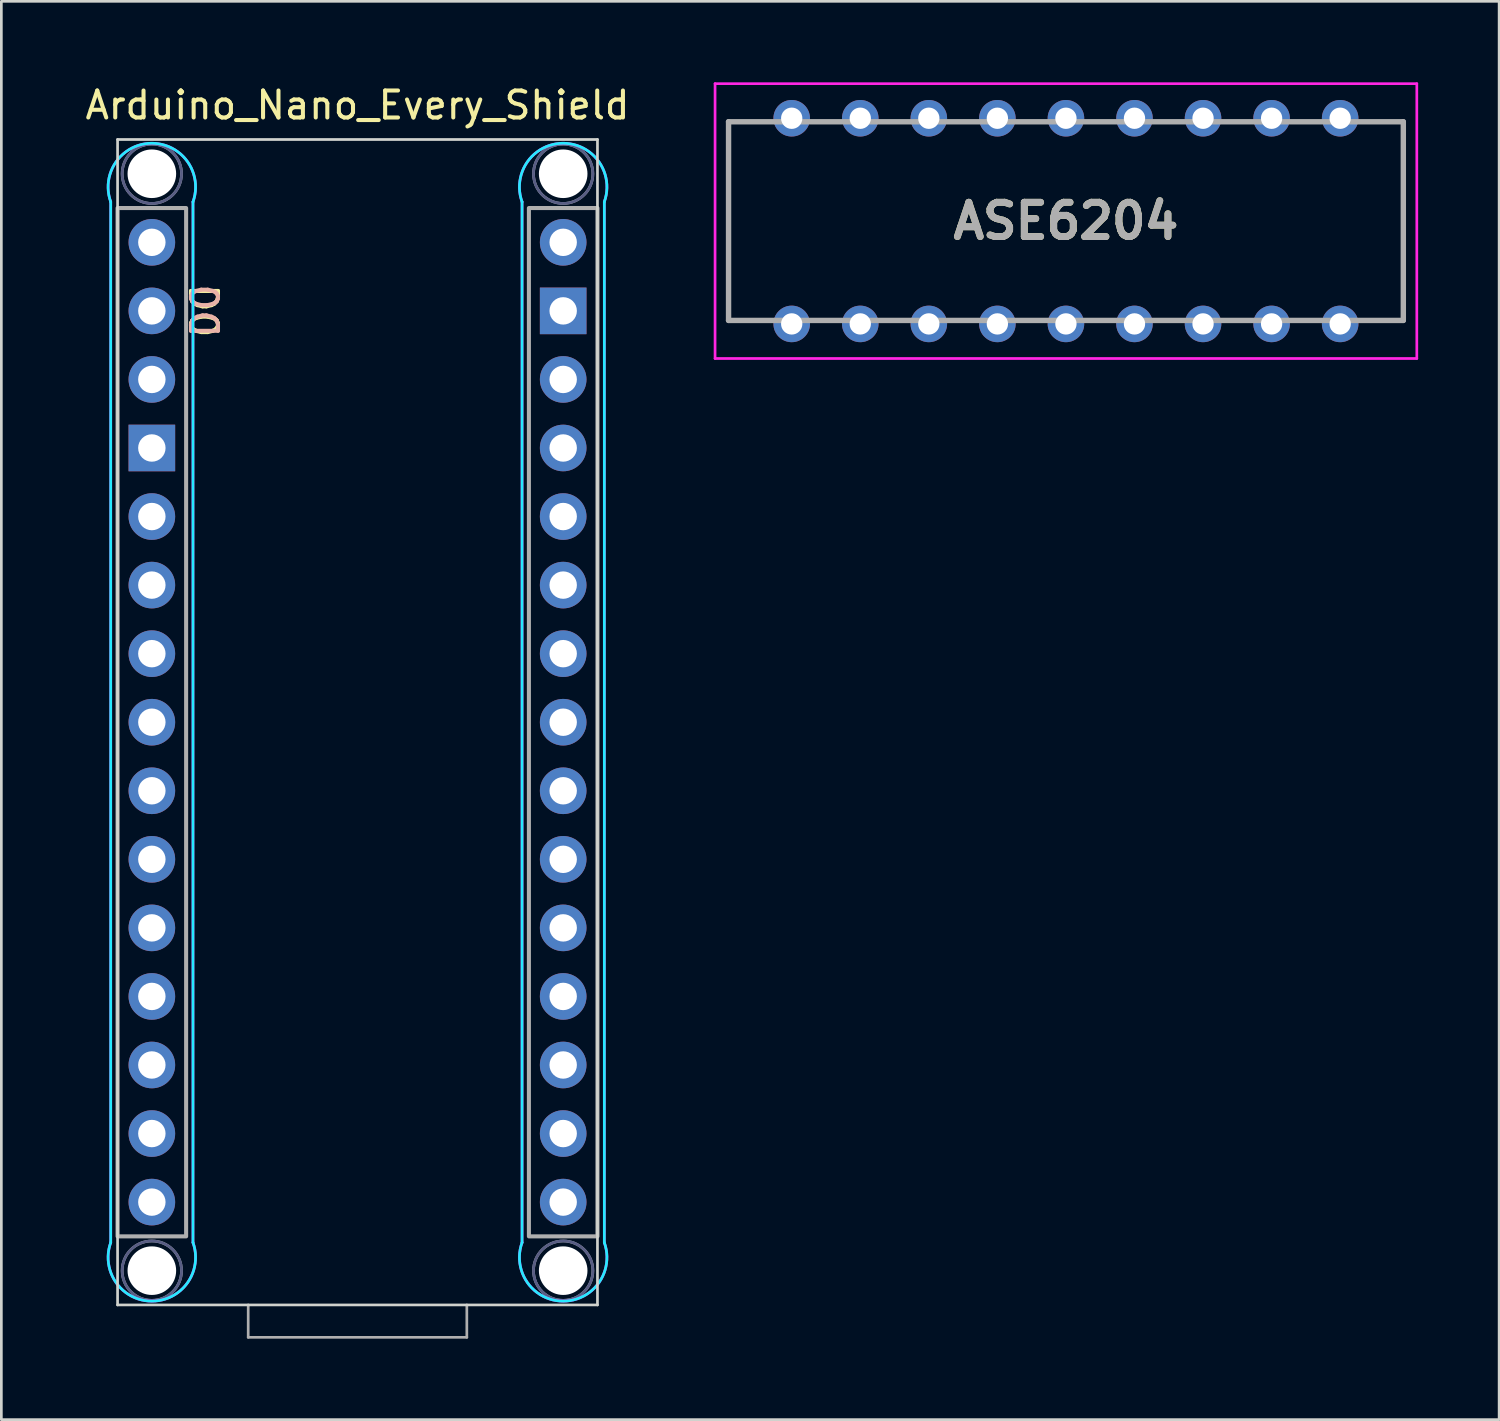
<source format=kicad_pcb>
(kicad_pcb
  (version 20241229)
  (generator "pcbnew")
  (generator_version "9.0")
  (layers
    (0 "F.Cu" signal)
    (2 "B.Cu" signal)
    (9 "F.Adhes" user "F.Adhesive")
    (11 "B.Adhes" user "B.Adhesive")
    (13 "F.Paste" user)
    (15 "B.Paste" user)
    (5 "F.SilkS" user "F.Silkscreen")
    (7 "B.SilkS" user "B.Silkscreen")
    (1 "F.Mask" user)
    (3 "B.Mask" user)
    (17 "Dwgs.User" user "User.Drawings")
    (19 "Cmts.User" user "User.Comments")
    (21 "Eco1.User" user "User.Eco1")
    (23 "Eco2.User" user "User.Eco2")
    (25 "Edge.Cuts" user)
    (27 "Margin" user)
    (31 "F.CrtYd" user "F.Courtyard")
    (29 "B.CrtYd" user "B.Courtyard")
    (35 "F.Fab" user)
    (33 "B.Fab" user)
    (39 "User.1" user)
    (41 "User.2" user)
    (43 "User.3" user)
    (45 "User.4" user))
  (footprint "ASE6204"
    (layer "F.Cu")
    (at 26.283 1.331)
    (property "Reference" "ASE6204" (at 10.16 3.81 0) (layer "F.SilkS") (effects (font (size 1.27 1.27) (thickness 0.254))))
    (attr through_hole)
    (fp_line (start -2.34 0.13) (end -2.34 7.49) (stroke (width 0.1) (type solid)) (layer "F.SilkS"))
    (fp_line (start -2.34 7.49) (end -1.34 7.49) (stroke (width 0.1) (type solid)) (layer "F.SilkS"))
    (fp_line (start -1.34 0.13) (end -2.34 0.13) (stroke (width 0.1) (type solid)) (layer "F.SilkS"))
    (fp_line (start 21.66 0.13) (end 22.66 0.13) (stroke (width 0.1) (type solid)) (layer "F.SilkS"))
    (fp_line (start 22.66 0.13) (end 22.66 7.49) (stroke (width 0.1) (type solid)) (layer "F.SilkS"))
    (fp_line (start 22.66 7.49) (end 21.66 7.49) (stroke (width 0.1) (type solid)) (layer "F.SilkS"))
    (fp_line (start -2.84 -1.281) (end 23.16 -1.281) (stroke (width 0.1) (type solid)) (layer "F.CrtYd"))
    (fp_line (start -2.84 8.901) (end -2.84 -1.281) (stroke (width 0.1) (type solid)) (layer "F.CrtYd"))
    (fp_line (start 23.16 -1.281) (end 23.16 8.901) (stroke (width 0.1) (type solid)) (layer "F.CrtYd"))
    (fp_line (start 23.16 8.901) (end -2.84 8.901) (stroke (width 0.1) (type solid)) (layer "F.CrtYd"))
    (fp_line (start -2.34 0.13) (end 22.66 0.13) (stroke (width 0.2) (type solid)) (layer "F.Fab"))
    (fp_line (start -2.34 7.49) (end -2.34 0.13) (stroke (width 0.2) (type solid)) (layer "F.Fab"))
    (fp_line (start 22.66 0.13) (end 22.66 7.49) (stroke (width 0.2) (type solid)) (layer "F.Fab"))
    (fp_line (start 22.66 7.49) (end -2.34 7.49) (stroke (width 0.2) (type solid)) (layer "F.Fab"))
    (fp_text user "${REFERENCE}" (at 10.16 3.81 0) (layer "F.Fab") (effects (font (size 1.27 1.27) (thickness 0.254))))
    (pad "1" thru_hole circle (at 0 0) (size 1.354 1.354) (drill 0.79) (layers "*.Cu" "*.Mask"))
    (pad "2" thru_hole circle (at 0 7.62) (size 1.354 1.354) (drill 0.79) (layers "*.Cu" "*.Mask"))
    (pad "3" thru_hole circle (at 2.54 0) (size 1.354 1.354) (drill 0.79) (layers "*.Cu" "*.Mask"))
    (pad "4" thru_hole circle (at 2.54 7.62) (size 1.354 1.354) (drill 0.79) (layers "*.Cu" "*.Mask"))
    (pad "5" thru_hole circle (at 5.08 0) (size 1.354 1.354) (drill 0.79) (layers "*.Cu" "*.Mask"))
    (pad "6" thru_hole circle (at 5.08 7.62) (size 1.354 1.354) (drill 0.79) (layers "*.Cu" "*.Mask"))
    (pad "7" thru_hole circle (at 7.62 0) (size 1.354 1.354) (drill 0.79) (layers "*.Cu" "*.Mask"))
    (pad "8" thru_hole circle (at 7.62 7.62) (size 1.354 1.354) (drill 0.79) (layers "*.Cu" "*.Mask"))
    (pad "9" thru_hole circle (at 10.16 0) (size 1.354 1.354) (drill 0.79) (layers "*.Cu" "*.Mask"))
    (pad "10" thru_hole circle (at 10.16 7.62) (size 1.354 1.354) (drill 0.79) (layers "*.Cu" "*.Mask"))
    (pad "11" thru_hole circle (at 12.7 0) (size 1.354 1.354) (drill 0.79) (layers "*.Cu" "*.Mask"))
    (pad "12" thru_hole circle (at 12.7 7.62) (size 1.354 1.354) (drill 0.79) (layers "*.Cu" "*.Mask"))
    (pad "13" thru_hole circle (at 15.24 0) (size 1.354 1.354) (drill 0.79) (layers "*.Cu" "*.Mask"))
    (pad "14" thru_hole circle (at 15.24 7.62) (size 1.354 1.354) (drill 0.79) (layers "*.Cu" "*.Mask"))
    (pad "15" thru_hole circle (at 17.78 0) (size 1.354 1.354) (drill 0.79) (layers "*.Cu" "*.Mask"))
    (pad "16" thru_hole circle (at 17.78 7.62) (size 1.354 1.354) (drill 0.79) (layers "*.Cu" "*.Mask"))
    (pad "17" thru_hole circle (at 20.32 0) (size 1.354 1.354) (drill 0.79) (layers "*.Cu" "*.Mask"))
    (pad "18" thru_hole circle (at 20.32 7.62) (size 1.354 1.354) (drill 0.79) (layers "*.Cu" "*.Mask")))
  (footprint "Arduino_Nano_Every_Shield"
    (layer "F.Cu")
    (at 10.196 23.708)
    (property "Reference" "Arduino_Nano_Every_Shield" (at 0 -22.86 0) (layer "F.SilkS") (effects (font (size 1 1) (thickness 0.15))))
    (attr through_hole)
    (fp_line (start -8.89 -21.59) (end -8.89 21.59) (stroke (width 0.1) (type solid)) (layer "Edge.Cuts"))
    (fp_line (start -8.89 -21.59) (end 8.89 -21.59) (stroke (width 0.1) (type solid)) (layer "Edge.Cuts"))
    (fp_line (start -8.89 21.59) (end 8.89 21.59) (stroke (width 0.1) (type solid)) (layer "Edge.Cuts"))
    (fp_line (start 8.89 -21.59) (end 8.89 21.59) (stroke (width 0.1) (type solid)) (layer "Edge.Cuts"))
    (fp_line (start -9.144 -19.279) (end -9.144 19.279) (stroke (width 0.1) (type solid)) (layer "B.CrtYd"))
    (fp_line (start -6.096 -19.279) (end -6.096 19.279) (stroke (width 0.1) (type solid)) (layer "B.CrtYd"))
    (fp_line (start 6.096 -19.279) (end 6.096 19.279) (stroke (width 0.1) (type solid)) (layer "B.CrtYd"))
    (fp_line (start 9.144 -19.279) (end 9.144 19.279) (stroke (width 0.1) (type solid)) (layer "B.CrtYd"))
    (fp_arc (start -9.144 -19.278601) (mid -7.62 -21.450685) (end -6.096 -19.2786) (stroke (width 0.1) (type default)) (layer "B.CrtYd"))
    (fp_arc (start -6.096 19.278601) (mid -7.62 21.450684) (end -9.144 19.2786) (stroke (width 0.1) (type default)) (layer "B.CrtYd"))
    (fp_arc (start 6.096 -19.2786) (mid 7.62 -21.450686) (end 9.144 -19.278601) (stroke (width 0.1) (type default)) (layer "B.CrtYd"))
    (fp_arc (start 9.144 19.2786) (mid 7.62 21.450684) (end 6.096 19.278601) (stroke (width 0.1) (type default)) (layer "B.CrtYd"))
    (fp_line (start -9.144 19.279) (end -9.144 -19.279) (stroke (width 0.1) (type solid)) (layer "F.CrtYd"))
    (fp_line (start -6.096 19.279) (end -6.096 -19.279) (stroke (width 0.1) (type solid)) (layer "F.CrtYd"))
    (fp_line (start 6.096 19.279) (end 6.096 -19.279) (stroke (width 0.1) (type solid)) (layer "F.CrtYd"))
    (fp_line (start 9.144 19.279) (end 9.144 -19.279) (stroke (width 0.1) (type solid)) (layer "F.CrtYd"))
    (fp_arc (start -9.144 -19.278601) (mid -7.619998 -21.450685) (end -6.096 -19.2786) (stroke (width 0.1) (type default)) (layer "F.CrtYd"))
    (fp_arc (start -6.096 19.278601) (mid -7.62 21.450684) (end -9.144 19.2786) (stroke (width 0.1) (type default)) (layer "F.CrtYd"))
    (fp_arc (start 6.096 -19.2786) (mid 7.62 -21.450686) (end 9.144 -19.278601) (stroke (width 0.1) (type default)) (layer "F.CrtYd"))
    (fp_arc (start 9.144 19.2786) (mid 7.62 21.450684) (end 6.096 19.278601) (stroke (width 0.1) (type default)) (layer "F.CrtYd"))
    (fp_circle (center -7.62 -20.32) (end -6.52 -20.32) (stroke (width 0.1) (type solid)) (fill no) (layer "B.Fab"))
    (fp_circle (center -7.62 20.32) (end -6.52 20.32) (stroke (width 0.1) (type solid)) (fill no) (layer "B.Fab"))
    (fp_circle (center 7.62 -20.32) (end 8.72 -20.32) (stroke (width 0.1) (type solid)) (fill no) (layer "B.Fab"))
    (fp_circle (center 7.62 20.32) (end 8.72 20.32) (stroke (width 0.1) (type solid)) (fill no) (layer "B.Fab"))
    (fp_line (start -4.05 21.59) (end -4.05 22.79) (stroke (width 0.1) (type solid)) (layer "F.Fab"))
    (fp_line (start -4.05 22.79) (end 4.05 22.79) (stroke (width 0.1) (type solid)) (layer "F.Fab"))
    (fp_line (start 4.05 22.79) (end 4.05 21.59) (stroke (width 0.1) (type solid)) (layer "F.Fab"))
    (fp_rect (start -8.89 -19.05) (end -6.35 19.05) (stroke (width 0.15) (type solid)) (fill no) (layer "F.Fab"))
    (fp_rect (start 6.35 -19.05) (end 8.89 19.05) (stroke (width 0.15) (type solid)) (fill no) (layer "F.Fab"))
    (fp_circle (center -7.62 -20.32) (end -6.52 -20.32) (stroke (width 0.1) (type solid)) (fill no) (layer "F.Fab"))
    (fp_circle (center -7.62 20.32) (end -6.52 20.32) (stroke (width 0.1) (type solid)) (fill no) (layer "F.Fab"))
    (fp_circle (center 7.62 -20.32) (end 8.72 -20.32) (stroke (width 0.1) (type solid)) (fill no) (layer "F.Fab"))
    (fp_circle (center 7.62 20.32) (end 8.72 20.32) (stroke (width 0.1) (type solid)) (fill no) (layer "F.Fab"))
    (fp_text user "D0" (at -5.715 -15.24 270) (unlocked yes) (layer "F.SilkS") (effects (font (size 1 1) (thickness 0.15))))
    (fp_text user "D0" (at -5.715 -15.24 270) (unlocked yes) (layer "B.SilkS") (effects (font (size 1 1) (thickness 0.15)) (justify mirror)))
    (pad "" np_thru_hole circle (at -7.62 -20.32) (size 1.8 1.8) (drill 1.8) (layers "*.Cu" "*.Mask"))
    (pad "" np_thru_hole circle (at -7.62 20.32) (size 1.8 1.8) (drill 1.8) (layers "*.Cu" "*.Mask"))
    (pad "" np_thru_hole circle (at 7.62 -20.32) (size 1.8 1.8) (drill 1.8) (layers "*.Cu" "*.Mask"))
    (pad "" np_thru_hole circle (at 7.62 20.32) (size 1.8 1.8) (drill 1.8) (layers "*.Cu" "*.Mask"))
    (pad "3V3" thru_hole circle (at 7.62 15.24) (size 1.727 1.727) (drill 1.016) (layers "*.Cu" "*.Mask"))
    (pad "5V" thru_hole circle (at 7.62 -10.16) (size 1.727 1.727) (drill 1.016) (layers "*.Cu" "*.Mask"))
    (pad "A0" thru_hole circle (at 7.62 10.16) (size 1.727 1.727) (drill 1.016) (layers "*.Cu" "*.Mask"))
    (pad "A1" thru_hole circle (at 7.62 7.62) (size 1.727 1.727) (drill 1.016) (layers "*.Cu" "*.Mask"))
    (pad "A2" thru_hole circle (at 7.62 5.08) (size 1.727 1.727) (drill 1.016) (layers "*.Cu" "*.Mask"))
    (pad "A3" thru_hole circle (at 7.62 2.54) (size 1.727 1.727) (drill 1.016) (layers "*.Cu" "*.Mask"))
    (pad "A4" thru_hole circle (at 7.62 0) (size 1.727 1.727) (drill 1.016) (layers "*.Cu" "*.Mask"))
    (pad "A5" thru_hole circle (at 7.62 -2.54) (size 1.727 1.727) (drill 1.016) (layers "*.Cu" "*.Mask"))
    (pad "A6" thru_hole circle (at 7.62 -5.08) (size 1.727 1.727) (drill 1.016) (layers "*.Cu" "*.Mask"))
    (pad "A7" thru_hole circle (at 7.62 -7.62) (size 1.727 1.727) (drill 1.016) (layers "*.Cu" "*.Mask"))
    (pad "AREF" thru_hole circle (at 7.62 12.7) (size 1.727 1.727) (drill 1.016) (layers "*.Cu" "*.Mask"))
    (pad "D0" thru_hole circle (at -7.62 -15.24) (size 1.727 1.727) (drill 1.016) (layers "*.Cu" "*.Mask"))
    (pad "D1" thru_hole circle (at -7.62 -17.78) (size 1.727 1.727) (drill 1.016) (layers "*.Cu" "*.Mask"))
    (pad "D2" thru_hole circle (at -7.62 -7.62) (size 1.727 1.727) (drill 1.016) (layers "*.Cu" "*.Mask"))
    (pad "D3" thru_hole circle (at -7.62 -5.08) (size 1.727 1.727) (drill 1.016) (layers "*.Cu" "*.Mask"))
    (pad "D4" thru_hole circle (at -7.62 -2.54) (size 1.727 1.727) (drill 1.016) (layers "*.Cu" "*.Mask"))
    (pad "D5" thru_hole circle (at -7.62 0) (size 1.727 1.727) (drill 1.016) (layers "*.Cu" "*.Mask"))
    (pad "D6" thru_hole circle (at -7.62 2.54) (size 1.727 1.727) (drill 1.016) (layers "*.Cu" "*.Mask"))
    (pad "D7" thru_hole circle (at -7.62 5.08) (size 1.727 1.727) (drill 1.016) (layers "*.Cu" "*.Mask"))
    (pad "D8" thru_hole circle (at -7.62 7.62) (size 1.727 1.727) (drill 1.016) (layers "*.Cu" "*.Mask"))
    (pad "D9" thru_hole circle (at -7.62 10.16) (size 1.727 1.727) (drill 1.016) (layers "*.Cu" "*.Mask"))
    (pad "D10" thru_hole circle (at -7.62 12.7) (size 1.727 1.727) (drill 1.016) (layers "*.Cu" "*.Mask"))
    (pad "D11" thru_hole circle (at -7.62 15.24) (size 1.727 1.727) (drill 1.016) (layers "*.Cu" "*.Mask"))
    (pad "D12" thru_hole circle (at -7.62 17.78) (size 1.727 1.727) (drill 1.016) (layers "*.Cu" "*.Mask"))
    (pad "D13" thru_hole circle (at 7.62 17.78) (size 1.727 1.727) (drill 1.016) (layers "*.Cu" "*.Mask"))
    (pad "GND" thru_hole rect (at -7.62 -10.16) (size 1.727 1.727) (drill 1.016) (layers "*.Cu" "*.Mask"))
    (pad "GND" thru_hole rect (at 7.62 -15.24) (size 1.727 1.727) (drill 1.016) (layers "*.Cu" "*.Mask"))
    (pad "RST1" thru_hole circle (at 7.62 -12.7) (size 1.727 1.727) (drill 1.016) (layers "*.Cu" "*.Mask"))
    (pad "RST2" thru_hole circle (at -7.62 -12.7) (size 1.727 1.727) (drill 1.016) (layers "*.Cu" "*.Mask"))
    (pad "VIN" thru_hole circle (at 7.62 -17.78) (size 1.727 1.727) (drill 1.016) (layers "*.Cu" "*.Mask")))
  (gr_rect
    (start -3 -3)
    (end 52.493 49.548)
    (stroke (width 0.1) (type default))
    (fill no)
    (layer "Edge.Cuts")))
</source>
